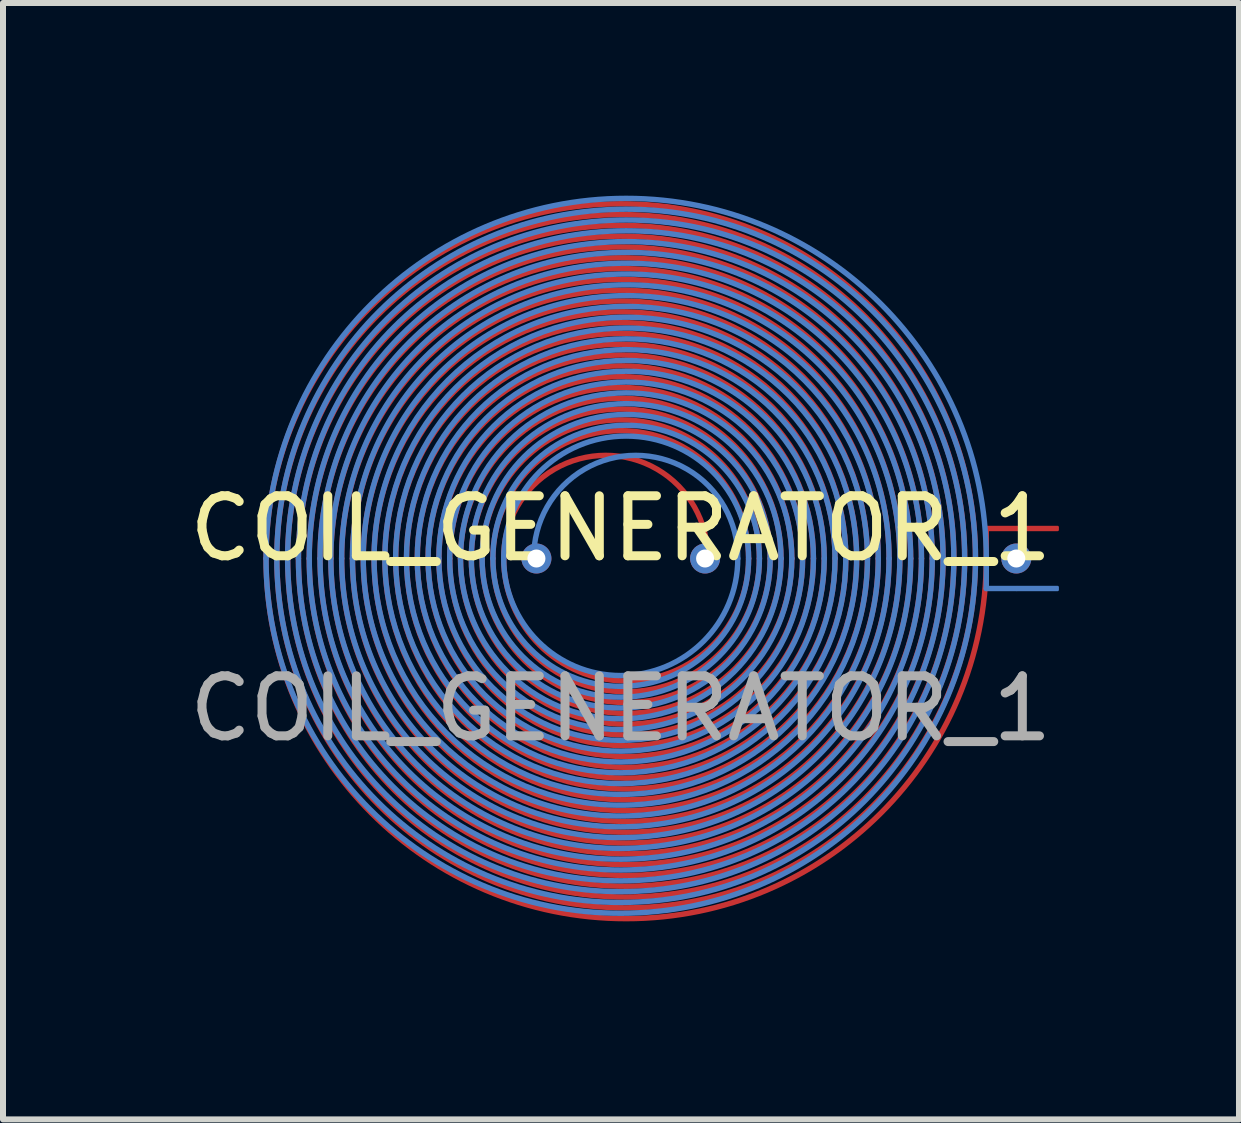
<source format=kicad_pcb>
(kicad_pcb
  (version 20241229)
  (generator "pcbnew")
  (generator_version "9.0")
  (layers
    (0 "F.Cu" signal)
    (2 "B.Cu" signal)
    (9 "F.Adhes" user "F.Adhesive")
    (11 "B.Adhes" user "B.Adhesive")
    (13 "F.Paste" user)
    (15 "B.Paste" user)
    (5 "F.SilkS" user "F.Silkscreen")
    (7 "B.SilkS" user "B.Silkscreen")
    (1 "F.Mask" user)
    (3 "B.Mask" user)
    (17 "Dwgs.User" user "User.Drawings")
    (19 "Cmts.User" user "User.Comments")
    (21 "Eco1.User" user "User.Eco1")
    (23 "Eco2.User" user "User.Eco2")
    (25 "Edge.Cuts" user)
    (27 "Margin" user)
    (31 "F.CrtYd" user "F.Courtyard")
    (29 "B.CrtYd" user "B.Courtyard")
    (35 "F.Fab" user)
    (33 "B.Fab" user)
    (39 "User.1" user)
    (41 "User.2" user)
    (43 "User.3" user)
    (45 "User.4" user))
  (footprint "COIL_GENERATOR_1"
    (layer "F.Cu")
    (at 7.292 6.255)
    (property "Reference" "COIL_GENERATOR_1" (at 0 -0.5 0) (unlocked yes) (layer "F.SilkS") (effects (font (size 1 1) (thickness 0.15))))
    (attr smd)
    (fp_line (start 6.09 -0.5) (end 6.59 -0.5) (stroke (width 0.09) (type solid)) (layer "F.Cu"))
    (fp_line (start 6.09 0) (end 6.09 -0.5) (stroke (width 0.09) (type solid)) (layer "F.Cu"))
    (fp_arc (start -5.91 0) (mid 0 -5.91) (end 5.91 0) (stroke (width 0.09) (type solid)) (layer "F.Cu"))
    (fp_arc (start -5.73 0) (mid 0 -5.73) (end 5.73 0) (stroke (width 0.09) (type solid)) (layer "F.Cu"))
    (fp_arc (start -5.55 0) (mid 0 -5.55) (end 5.55 0) (stroke (width 0.09) (type solid)) (layer "F.Cu"))
    (fp_arc (start -5.37 0) (mid 0 -5.37) (end 5.37 0) (stroke (width 0.09) (type solid)) (layer "F.Cu"))
    (fp_arc (start -5.19 0) (mid 0 -5.19) (end 5.19 0) (stroke (width 0.09) (type solid)) (layer "F.Cu"))
    (fp_arc (start -5.01 0) (mid 0 -5.01) (end 5.01 0) (stroke (width 0.09) (type solid)) (layer "F.Cu"))
    (fp_arc (start -4.83 0) (mid 0 -4.83) (end 4.83 0) (stroke (width 0.09) (type solid)) (layer "F.Cu"))
    (fp_arc (start -4.65 0) (mid 0 -4.65) (end 4.65 0) (stroke (width 0.09) (type solid)) (layer "F.Cu"))
    (fp_arc (start -4.47 0) (mid 0 -4.47) (end 4.47 0) (stroke (width 0.09) (type solid)) (layer "F.Cu"))
    (fp_arc (start -4.29 0) (mid 0 -4.29) (end 4.29 0) (stroke (width 0.09) (type solid)) (layer "F.Cu"))
    (fp_arc (start -4.11 0) (mid 0 -4.11) (end 4.11 0) (stroke (width 0.09) (type solid)) (layer "F.Cu"))
    (fp_arc (start -3.93 0) (mid 0 -3.93) (end 3.93 0) (stroke (width 0.09) (type solid)) (layer "F.Cu"))
    (fp_arc (start -3.75 0) (mid 0 -3.75) (end 3.75 0) (stroke (width 0.09) (type solid)) (layer "F.Cu"))
    (fp_arc (start -3.57 0) (mid 0 -3.57) (end 3.57 0) (stroke (width 0.09) (type solid)) (layer "F.Cu"))
    (fp_arc (start -3.39 0) (mid 0 -3.39) (end 3.39 0) (stroke (width 0.09) (type solid)) (layer "F.Cu"))
    (fp_arc (start -3.21 0) (mid 0 -3.21) (end 3.21 0) (stroke (width 0.09) (type solid)) (layer "F.Cu"))
    (fp_arc (start -3.03 0) (mid 0 -3.03) (end 3.03 0) (stroke (width 0.09) (type solid)) (layer "F.Cu"))
    (fp_arc (start -2.85 0) (mid 0 -2.85) (end 2.85 0) (stroke (width 0.09) (type solid)) (layer "F.Cu"))
    (fp_arc (start -2.67 0) (mid 0 -2.67) (end 2.67 0) (stroke (width 0.09) (type solid)) (layer "F.Cu"))
    (fp_arc (start -2.49 0) (mid 0 -2.49) (end 2.49 0) (stroke (width 0.09) (type solid)) (layer "F.Cu"))
    (fp_arc (start -2.31 0) (mid 0 -2.31) (end 2.31 0) (stroke (width 0.09) (type solid)) (layer "F.Cu"))
    (fp_arc (start -2.13 0) (mid 0 -2.13) (end 2.13 0) (stroke (width 0.09) (type solid)) (layer "F.Cu"))
    (fp_arc (start -1.95 0) (mid -0.5 -1.7) (end 1.45 0) (stroke (width 0.09) (type solid)) (layer "F.Cu"))
    (fp_arc (start 2.13 0) (mid -0.09 2.04) (end -1.95 0) (stroke (width 0.09) (type solid)) (layer "F.Cu"))
    (fp_arc (start 2.31 0) (mid 0.09 2.22) (end -2.13 0) (stroke (width 0.09) (type solid)) (layer "F.Cu"))
    (fp_arc (start 2.49 0) (mid 0.09 2.4) (end -2.31 0) (stroke (width 0.09) (type solid)) (layer "F.Cu"))
    (fp_arc (start 2.67 0) (mid 0.09 2.58) (end -2.49 0) (stroke (width 0.09) (type solid)) (layer "F.Cu"))
    (fp_arc (start 2.85 0) (mid 0.09 2.76) (end -2.67 0) (stroke (width 0.09) (type solid)) (layer "F.Cu"))
    (fp_arc (start 3.03 0) (mid 0.09 2.94) (end -2.85 0) (stroke (width 0.09) (type solid)) (layer "F.Cu"))
    (fp_arc (start 3.21 0) (mid 0.09 3.12) (end -3.03 0) (stroke (width 0.09) (type solid)) (layer "F.Cu"))
    (fp_arc (start 3.39 0) (mid 0.09 3.3) (end -3.21 0) (stroke (width 0.09) (type solid)) (layer "F.Cu"))
    (fp_arc (start 3.57 0) (mid 0.09 3.48) (end -3.39 0) (stroke (width 0.09) (type solid)) (layer "F.Cu"))
    (fp_arc (start 3.75 0) (mid 0.09 3.66) (end -3.57 0) (stroke (width 0.09) (type solid)) (layer "F.Cu"))
    (fp_arc (start 3.93 0) (mid 0.09 3.84) (end -3.75 0) (stroke (width 0.09) (type solid)) (layer "F.Cu"))
    (fp_arc (start 4.11 0) (mid 0.09 4.02) (end -3.93 0) (stroke (width 0.09) (type solid)) (layer "F.Cu"))
    (fp_arc (start 4.29 0) (mid 0.09 4.2) (end -4.11 0) (stroke (width 0.09) (type solid)) (layer "F.Cu"))
    (fp_arc (start 4.47 0) (mid 0.09 4.38) (end -4.29 0) (stroke (width 0.09) (type solid)) (layer "F.Cu"))
    (fp_arc (start 4.65 0) (mid 0.09 4.56) (end -4.47 0) (stroke (width 0.09) (type solid)) (layer "F.Cu"))
    (fp_arc (start 4.83 0) (mid 0.09 4.74) (end -4.65 0) (stroke (width 0.09) (type solid)) (layer "F.Cu"))
    (fp_arc (start 5.01 0) (mid 0.09 4.92) (end -4.83 0) (stroke (width 0.09) (type solid)) (layer "F.Cu"))
    (fp_arc (start 5.19 0) (mid 0.09 5.1) (end -5.01 0) (stroke (width 0.09) (type solid)) (layer "F.Cu"))
    (fp_arc (start 5.37 0) (mid 0.09 5.28) (end -5.19 0) (stroke (width 0.09) (type solid)) (layer "F.Cu"))
    (fp_arc (start 5.55 0) (mid 0.09 5.46) (end -5.37 0) (stroke (width 0.09) (type solid)) (layer "F.Cu"))
    (fp_arc (start 5.73 0) (mid 0.09 5.64) (end -5.55 0) (stroke (width 0.09) (type solid)) (layer "F.Cu"))
    (fp_arc (start 5.91 0) (mid 0.09 5.82) (end -5.73 0) (stroke (width 0.09) (type solid)) (layer "F.Cu"))
    (fp_arc (start 6.09 0) (mid 0.09 6) (end -5.91 0) (stroke (width 0.09) (type solid)) (layer "F.Cu"))
    (fp_line (start 6.09 0) (end 6.09 0.5) (stroke (width 0.09) (type solid)) (layer "B.Cu"))
    (fp_line (start 6.09 0.5) (end 6.59 0.5) (stroke (width 0.09) (type solid)) (layer "B.Cu"))
    (fp_arc (start -5.91 0) (mid 0.09 -6) (end 6.09 0) (stroke (width 0.09) (type solid)) (layer "B.Cu"))
    (fp_arc (start -5.73 0) (mid 0.09 -5.82) (end 5.91 0) (stroke (width 0.09) (type solid)) (layer "B.Cu"))
    (fp_arc (start -5.55 0) (mid 0.09 -5.64) (end 5.73 0) (stroke (width 0.09) (type solid)) (layer "B.Cu"))
    (fp_arc (start -5.37 0) (mid 0.09 -5.46) (end 5.55 0) (stroke (width 0.09) (type solid)) (layer "B.Cu"))
    (fp_arc (start -5.19 0) (mid 0.09 -5.28) (end 5.37 0) (stroke (width 0.09) (type solid)) (layer "B.Cu"))
    (fp_arc (start -5.01 0) (mid 0.09 -5.1) (end 5.19 0) (stroke (width 0.09) (type solid)) (layer "B.Cu"))
    (fp_arc (start -4.83 0) (mid 0.09 -4.92) (end 5.01 0) (stroke (width 0.09) (type solid)) (layer "B.Cu"))
    (fp_arc (start -4.65 0) (mid 0.09 -4.74) (end 4.83 0) (stroke (width 0.09) (type solid)) (layer "B.Cu"))
    (fp_arc (start -4.47 0) (mid 0.09 -4.56) (end 4.65 0) (stroke (width 0.09) (type solid)) (layer "B.Cu"))
    (fp_arc (start -4.29 0) (mid 0.09 -4.38) (end 4.47 0) (stroke (width 0.09) (type solid)) (layer "B.Cu"))
    (fp_arc (start -4.11 0) (mid 0.09 -4.2) (end 4.29 0) (stroke (width 0.09) (type solid)) (layer "B.Cu"))
    (fp_arc (start -3.93 0) (mid 0.09 -4.02) (end 4.11 0) (stroke (width 0.09) (type solid)) (layer "B.Cu"))
    (fp_arc (start -3.75 0) (mid 0.09 -3.84) (end 3.93 0) (stroke (width 0.09) (type solid)) (layer "B.Cu"))
    (fp_arc (start -3.57 0) (mid 0.09 -3.66) (end 3.75 0) (stroke (width 0.09) (type solid)) (layer "B.Cu"))
    (fp_arc (start -3.39 0) (mid 0.09 -3.48) (end 3.57 0) (stroke (width 0.09) (type solid)) (layer "B.Cu"))
    (fp_arc (start -3.21 0) (mid 0.09 -3.3) (end 3.39 0) (stroke (width 0.09) (type solid)) (layer "B.Cu"))
    (fp_arc (start -3.03 0) (mid 0.09 -3.12) (end 3.21 0) (stroke (width 0.09) (type solid)) (layer "B.Cu"))
    (fp_arc (start -2.85 0) (mid 0.09 -2.94) (end 3.03 0) (stroke (width 0.09) (type solid)) (layer "B.Cu"))
    (fp_arc (start -2.67 0) (mid 0.09 -2.76) (end 2.85 0) (stroke (width 0.09) (type solid)) (layer "B.Cu"))
    (fp_arc (start -2.49 0) (mid 0.09 -2.58) (end 2.67 0) (stroke (width 0.09) (type solid)) (layer "B.Cu"))
    (fp_arc (start -2.31 0) (mid 0.09 -2.4) (end 2.49 0) (stroke (width 0.09) (type solid)) (layer "B.Cu"))
    (fp_arc (start -2.13 0) (mid 0.09 -2.22) (end 2.31 0) (stroke (width 0.09) (type solid)) (layer "B.Cu"))
    (fp_arc (start -1.95 0) (mid 0.09 -2.04) (end 2.13 0) (stroke (width 0.09) (type solid)) (layer "B.Cu"))
    (fp_arc (start -1.45 0) (mid 0.5 -1.7) (end 1.95 0) (stroke (width 0.09) (type solid)) (layer "B.Cu"))
    (fp_arc (start 1.95 0) (mid 0 1.95) (end -1.95 0) (stroke (width 0.09) (type solid)) (layer "B.Cu"))
    (fp_arc (start 2.13 0) (mid 0 2.13) (end -2.13 0) (stroke (width 0.09) (type solid)) (layer "B.Cu"))
    (fp_arc (start 2.31 0) (mid 0 2.31) (end -2.31 0) (stroke (width 0.09) (type solid)) (layer "B.Cu"))
    (fp_arc (start 2.49 0) (mid 0 2.49) (end -2.49 0) (stroke (width 0.09) (type solid)) (layer "B.Cu"))
    (fp_arc (start 2.67 0) (mid 0 2.67) (end -2.67 0) (stroke (width 0.09) (type solid)) (layer "B.Cu"))
    (fp_arc (start 2.85 0) (mid 0 2.85) (end -2.85 0) (stroke (width 0.09) (type solid)) (layer "B.Cu"))
    (fp_arc (start 3.03 0) (mid 0 3.03) (end -3.03 0) (stroke (width 0.09) (type solid)) (layer "B.Cu"))
    (fp_arc (start 3.21 0) (mid 0 3.21) (end -3.21 0) (stroke (width 0.09) (type solid)) (layer "B.Cu"))
    (fp_arc (start 3.39 0) (mid 0 3.39) (end -3.39 0) (stroke (width 0.09) (type solid)) (layer "B.Cu"))
    (fp_arc (start 3.57 0) (mid 0 3.57) (end -3.57 0) (stroke (width 0.09) (type solid)) (layer "B.Cu"))
    (fp_arc (start 3.75 0) (mid 0 3.75) (end -3.75 0) (stroke (width 0.09) (type solid)) (layer "B.Cu"))
    (fp_arc (start 3.93 0) (mid 0 3.93) (end -3.93 0) (stroke (width 0.09) (type solid)) (layer "B.Cu"))
    (fp_arc (start 4.11 0) (mid 0 4.11) (end -4.11 0) (stroke (width 0.09) (type solid)) (layer "B.Cu"))
    (fp_arc (start 4.29 0) (mid 0 4.29) (end -4.29 0) (stroke (width 0.09) (type solid)) (layer "B.Cu"))
    (fp_arc (start 4.47 0) (mid 0 4.47) (end -4.47 0) (stroke (width 0.09) (type solid)) (layer "B.Cu"))
    (fp_arc (start 4.65 0) (mid 0 4.65) (end -4.65 0) (stroke (width 0.09) (type solid)) (layer "B.Cu"))
    (fp_arc (start 4.83 0) (mid 0 4.83) (end -4.83 0) (stroke (width 0.09) (type solid)) (layer "B.Cu"))
    (fp_arc (start 5.01 0) (mid 0 5.01) (end -5.01 0) (stroke (width 0.09) (type solid)) (layer "B.Cu"))
    (fp_arc (start 5.19 0) (mid 0 5.19) (end -5.19 0) (stroke (width 0.09) (type solid)) (layer "B.Cu"))
    (fp_arc (start 5.37 0) (mid 0 5.37) (end -5.37 0) (stroke (width 0.09) (type solid)) (layer "B.Cu"))
    (fp_arc (start 5.55 0) (mid 0 5.55) (end -5.55 0) (stroke (width 0.09) (type solid)) (layer "B.Cu"))
    (fp_arc (start 5.73 0) (mid 0 5.73) (end -5.73 0) (stroke (width 0.09) (type solid)) (layer "B.Cu"))
    (fp_arc (start 5.91 0) (mid 0 5.91) (end -5.91 0) (stroke (width 0.09) (type solid)) (layer "B.Cu"))
    (fp_arc (start -5.91 0) (mid 0.59 -6.205) (end 6.59 0) (stroke (width 0.09) (type solid)) (layer "In1.Cu"))
    (fp_arc (start -5.73 0) (mid 0.09 -5.82) (end 5.91 0) (stroke (width 0.09) (type solid)) (layer "In1.Cu"))
    (fp_arc (start -5.55 0) (mid 0.09 -5.64) (end 5.73 0) (stroke (width 0.09) (type solid)) (layer "In1.Cu"))
    (fp_arc (start -5.37 0) (mid 0.09 -5.46) (end 5.55 0) (stroke (width 0.09) (type solid)) (layer "In1.Cu"))
    (fp_arc (start -5.19 0) (mid 0.09 -5.28) (end 5.37 0) (stroke (width 0.09) (type solid)) (layer "In1.Cu"))
    (fp_arc (start -5.01 0) (mid 0.09 -5.1) (end 5.19 0) (stroke (width 0.09) (type solid)) (layer "In1.Cu"))
    (fp_arc (start -4.83 0) (mid 0.09 -4.92) (end 5.01 0) (stroke (width 0.09) (type solid)) (layer "In1.Cu"))
    (fp_arc (start -4.65 0) (mid 0.09 -4.74) (end 4.83 0) (stroke (width 0.09) (type solid)) (layer "In1.Cu"))
    (fp_arc (start -4.47 0) (mid 0.09 -4.56) (end 4.65 0) (stroke (width 0.09) (type solid)) (layer "In1.Cu"))
    (fp_arc (start -4.29 0) (mid 0.09 -4.38) (end 4.47 0) (stroke (width 0.09) (type solid)) (layer "In1.Cu"))
    (fp_arc (start -4.11 0) (mid 0.09 -4.2) (end 4.29 0) (stroke (width 0.09) (type solid)) (layer "In1.Cu"))
    (fp_arc (start -3.93 0) (mid 0.09 -4.02) (end 4.11 0) (stroke (width 0.09) (type solid)) (layer "In1.Cu"))
    (fp_arc (start -3.75 0) (mid 0.09 -3.84) (end 3.93 0) (stroke (width 0.09) (type solid)) (layer "In1.Cu"))
    (fp_arc (start -3.57 0) (mid 0.09 -3.66) (end 3.75 0) (stroke (width 0.09) (type solid)) (layer "In1.Cu"))
    (fp_arc (start -3.39 0) (mid 0.09 -3.48) (end 3.57 0) (stroke (width 0.09) (type solid)) (layer "In1.Cu"))
    (fp_arc (start -3.21 0) (mid 0.09 -3.3) (end 3.39 0) (stroke (width 0.09) (type solid)) (layer "In1.Cu"))
    (fp_arc (start -3.03 0) (mid 0.09 -3.12) (end 3.21 0) (stroke (width 0.09) (type solid)) (layer "In1.Cu"))
    (fp_arc (start -2.85 0) (mid 0.09 -2.94) (end 3.03 0) (stroke (width 0.09) (type solid)) (layer "In1.Cu"))
    (fp_arc (start -2.67 0) (mid 0.09 -2.76) (end 2.85 0) (stroke (width 0.09) (type solid)) (layer "In1.Cu"))
    (fp_arc (start -2.49 0) (mid 0.09 -2.58) (end 2.67 0) (stroke (width 0.09) (type solid)) (layer "In1.Cu"))
    (fp_arc (start -2.31 0) (mid 0.09 -2.4) (end 2.49 0) (stroke (width 0.09) (type solid)) (layer "In1.Cu"))
    (fp_arc (start -2.13 0) (mid 0.09 -2.22) (end 2.31 0) (stroke (width 0.09) (type solid)) (layer "In1.Cu"))
    (fp_arc (start -1.95 0) (mid -0.09 -2.04) (end 2.13 0) (stroke (width 0.09) (type solid)) (layer "In1.Cu"))
    (fp_arc (start 1.45 0) (mid -0.5 1.7) (end -1.95 0) (stroke (width 0.09) (type solid)) (layer "In1.Cu"))
    (fp_arc (start 2.13 0) (mid 0 2.13) (end -2.13 0) (stroke (width 0.09) (type solid)) (layer "In1.Cu"))
    (fp_arc (start 2.31 0) (mid 0 2.31) (end -2.31 0) (stroke (width 0.09) (type solid)) (layer "In1.Cu"))
    (fp_arc (start 2.49 0) (mid 0 2.49) (end -2.49 0) (stroke (width 0.09) (type solid)) (layer "In1.Cu"))
    (fp_arc (start 2.67 0) (mid 0 2.67) (end -2.67 0) (stroke (width 0.09) (type solid)) (layer "In1.Cu"))
    (fp_arc (start 2.85 0) (mid 0 2.85) (end -2.85 0) (stroke (width 0.09) (type solid)) (layer "In1.Cu"))
    (fp_arc (start 3.03 0) (mid 0 3.03) (end -3.03 0) (stroke (width 0.09) (type solid)) (layer "In1.Cu"))
    (fp_arc (start 3.21 0) (mid 0 3.21) (end -3.21 0) (stroke (width 0.09) (type solid)) (layer "In1.Cu"))
    (fp_arc (start 3.39 0) (mid 0 3.39) (end -3.39 0) (stroke (width 0.09) (type solid)) (layer "In1.Cu"))
    (fp_arc (start 3.57 0) (mid 0 3.57) (end -3.57 0) (stroke (width 0.09) (type solid)) (layer "In1.Cu"))
    (fp_arc (start 3.75 0) (mid 0 3.75) (end -3.75 0) (stroke (width 0.09) (type solid)) (layer "In1.Cu"))
    (fp_arc (start 3.93 0) (mid 0 3.93) (end -3.93 0) (stroke (width 0.09) (type solid)) (layer "In1.Cu"))
    (fp_arc (start 4.11 0) (mid 0 4.11) (end -4.11 0) (stroke (width 0.09) (type solid)) (layer "In1.Cu"))
    (fp_arc (start 4.29 0) (mid 0 4.29) (end -4.29 0) (stroke (width 0.09) (type solid)) (layer "In1.Cu"))
    (fp_arc (start 4.47 0) (mid 0 4.47) (end -4.47 0) (stroke (width 0.09) (type solid)) (layer "In1.Cu"))
    (fp_arc (start 4.65 0) (mid 0 4.65) (end -4.65 0) (stroke (width 0.09) (type solid)) (layer "In1.Cu"))
    (fp_arc (start 4.83 0) (mid 0 4.83) (end -4.83 0) (stroke (width 0.09) (type solid)) (layer "In1.Cu"))
    (fp_arc (start 5.01 0) (mid 0 5.01) (end -5.01 0) (stroke (width 0.09) (type solid)) (layer "In1.Cu"))
    (fp_arc (start 5.19 0) (mid 0 5.19) (end -5.19 0) (stroke (width 0.09) (type solid)) (layer "In1.Cu"))
    (fp_arc (start 5.37 0) (mid 0 5.37) (end -5.37 0) (stroke (width 0.09) (type solid)) (layer "In1.Cu"))
    (fp_arc (start 5.55 0) (mid 0 5.55) (end -5.55 0) (stroke (width 0.09) (type solid)) (layer "In1.Cu"))
    (fp_arc (start 5.73 0) (mid 0 5.73) (end -5.73 0) (stroke (width 0.09) (type solid)) (layer "In1.Cu"))
    (fp_arc (start 5.91 0) (mid 0.59 5.91) (end -5.91 0) (stroke (width 0.09) (type solid)) (layer "In1.Cu"))
    (fp_arc (start -5.91 0) (mid 0.59 -5.91) (end 5.91 0) (stroke (width 0.09) (type solid)) (layer "In2.Cu"))
    (fp_arc (start -5.73 0) (mid 0 -5.73) (end 5.73 0) (stroke (width 0.09) (type solid)) (layer "In2.Cu"))
    (fp_arc (start -5.55 0) (mid 0 -5.55) (end 5.55 0) (stroke (width 0.09) (type solid)) (layer "In2.Cu"))
    (fp_arc (start -5.37 0) (mid 0 -5.37) (end 5.37 0) (stroke (width 0.09) (type solid)) (layer "In2.Cu"))
    (fp_arc (start -5.19 0) (mid 0 -5.19) (end 5.19 0) (stroke (width 0.09) (type solid)) (layer "In2.Cu"))
    (fp_arc (start -5.01 0) (mid 0 -5.01) (end 5.01 0) (stroke (width 0.09) (type solid)) (layer "In2.Cu"))
    (fp_arc (start -4.83 0) (mid 0 -4.83) (end 4.83 0) (stroke (width 0.09) (type solid)) (layer "In2.Cu"))
    (fp_arc (start -4.65 0) (mid 0 -4.65) (end 4.65 0) (stroke (width 0.09) (type solid)) (layer "In2.Cu"))
    (fp_arc (start -4.47 0) (mid 0 -4.47) (end 4.47 0) (stroke (width 0.09) (type solid)) (layer "In2.Cu"))
    (fp_arc (start -4.29 0) (mid 0 -4.29) (end 4.29 0) (stroke (width 0.09) (type solid)) (layer "In2.Cu"))
    (fp_arc (start -4.11 0) (mid 0 -4.11) (end 4.11 0) (stroke (width 0.09) (type solid)) (layer "In2.Cu"))
    (fp_arc (start -3.93 0) (mid 0 -3.93) (end 3.93 0) (stroke (width 0.09) (type solid)) (layer "In2.Cu"))
    (fp_arc (start -3.75 0) (mid 0 -3.75) (end 3.75 0) (stroke (width 0.09) (type solid)) (layer "In2.Cu"))
    (fp_arc (start -3.57 0) (mid 0 -3.57) (end 3.57 0) (stroke (width 0.09) (type solid)) (layer "In2.Cu"))
    (fp_arc (start -3.39 0) (mid 0 -3.39) (end 3.39 0) (stroke (width 0.09) (type solid)) (layer "In2.Cu"))
    (fp_arc (start -3.21 0) (mid 0 -3.21) (end 3.21 0) (stroke (width 0.09) (type solid)) (layer "In2.Cu"))
    (fp_arc (start -3.03 0) (mid 0 -3.03) (end 3.03 0) (stroke (width 0.09) (type solid)) (layer "In2.Cu"))
    (fp_arc (start -2.85 0) (mid 0 -2.85) (end 2.85 0) (stroke (width 0.09) (type solid)) (layer "In2.Cu"))
    (fp_arc (start -2.67 0) (mid 0 -2.67) (end 2.67 0) (stroke (width 0.09) (type solid)) (layer "In2.Cu"))
    (fp_arc (start -2.49 0) (mid 0 -2.49) (end 2.49 0) (stroke (width 0.09) (type solid)) (layer "In2.Cu"))
    (fp_arc (start -2.31 0) (mid 0 -2.31) (end 2.31 0) (stroke (width 0.09) (type solid)) (layer "In2.Cu"))
    (fp_arc (start -2.13 0) (mid 0 -2.13) (end 2.13 0) (stroke (width 0.09) (type solid)) (layer "In2.Cu"))
    (fp_arc (start -1.95 0) (mid 0 -1.95) (end 1.95 0) (stroke (width 0.09) (type solid)) (layer "In2.Cu"))
    (fp_arc (start 1.95 0) (mid 0.5 1.7) (end -1.45 0) (stroke (width 0.09) (type solid)) (layer "In2.Cu"))
    (fp_arc (start 2.13 0) (mid 0.09 2.04) (end -1.95 0) (stroke (width 0.09) (type solid)) (layer "In2.Cu"))
    (fp_arc (start 2.31 0) (mid 0.09 2.22) (end -2.13 0) (stroke (width 0.09) (type solid)) (layer "In2.Cu"))
    (fp_arc (start 2.49 0) (mid 0.09 2.4) (end -2.31 0) (stroke (width 0.09) (type solid)) (layer "In2.Cu"))
    (fp_arc (start 2.67 0) (mid 0.09 2.58) (end -2.49 0) (stroke (width 0.09) (type solid)) (layer "In2.Cu"))
    (fp_arc (start 2.85 0) (mid 0.09 2.76) (end -2.67 0) (stroke (width 0.09) (type solid)) (layer "In2.Cu"))
    (fp_arc (start 3.03 0) (mid 0.09 2.94) (end -2.85 0) (stroke (width 0.09) (type solid)) (layer "In2.Cu"))
    (fp_arc (start 3.21 0) (mid 0.09 3.12) (end -3.03 0) (stroke (width 0.09) (type solid)) (layer "In2.Cu"))
    (fp_arc (start 3.39 0) (mid 0.09 3.3) (end -3.21 0) (stroke (width 0.09) (type solid)) (layer "In2.Cu"))
    (fp_arc (start 3.57 0) (mid 0.09 3.48) (end -3.39 0) (stroke (width 0.09) (type solid)) (layer "In2.Cu"))
    (fp_arc (start 3.75 0) (mid 0.09 3.66) (end -3.57 0) (stroke (width 0.09) (type solid)) (layer "In2.Cu"))
    (fp_arc (start 3.93 0) (mid 0.09 3.84) (end -3.75 0) (stroke (width 0.09) (type solid)) (layer "In2.Cu"))
    (fp_arc (start 4.11 0) (mid 0.09 4.02) (end -3.93 0) (stroke (width 0.09) (type solid)) (layer "In2.Cu"))
    (fp_arc (start 4.29 0) (mid 0.09 4.2) (end -4.11 0) (stroke (width 0.09) (type solid)) (layer "In2.Cu"))
    (fp_arc (start 4.47 0) (mid 0.09 4.38) (end -4.29 0) (stroke (width 0.09) (type solid)) (layer "In2.Cu"))
    (fp_arc (start 4.65 0) (mid 0.09 4.56) (end -4.47 0) (stroke (width 0.09) (type solid)) (layer "In2.Cu"))
    (fp_arc (start 4.83 0) (mid 0.09 4.74) (end -4.65 0) (stroke (width 0.09) (type solid)) (layer "In2.Cu"))
    (fp_arc (start 5.01 0) (mid 0.09 4.92) (end -4.83 0) (stroke (width 0.09) (type solid)) (layer "In2.Cu"))
    (fp_arc (start 5.19 0) (mid 0.09 5.1) (end -5.01 0) (stroke (width 0.09) (type solid)) (layer "In2.Cu"))
    (fp_arc (start 5.37 0) (mid 0.09 5.28) (end -5.19 0) (stroke (width 0.09) (type solid)) (layer "In2.Cu"))
    (fp_arc (start 5.55 0) (mid 0.09 5.46) (end -5.37 0) (stroke (width 0.09) (type solid)) (layer "In2.Cu"))
    (fp_arc (start 5.73 0) (mid 0.09 5.64) (end -5.55 0) (stroke (width 0.09) (type solid)) (layer "In2.Cu"))
    (fp_arc (start 5.91 0) (mid 0.09 5.82) (end -5.73 0) (stroke (width 0.09) (type solid)) (layer "In2.Cu"))
    (fp_arc (start 6.59 0) (mid 0.59 6.295) (end -5.91 0) (stroke (width 0.09) (type solid)) (layer "In2.Cu"))
    (fp_text user "${REFERENCE}" (at 0 2.5 0) (unlocked yes) (layer "F.Fab") (effects (font (size 1 1) (thickness 0.15))))
    (pad "" thru_hole circle (at -1.405 0) (size 0.5 0.5) (drill 0.3) (layers "*.Cu" "*.Mask"))
    (pad "" thru_hole circle (at 1.405 0) (size 0.5 0.5) (drill 0.3) (layers "*.Cu" "*.Mask"))
    (pad "" thru_hole circle (at 6.59 0) (size 0.5 0.5) (drill 0.3) (layers "*.Cu" "*.Mask"))
    (pad "1" smd roundrect (at 6.94 -0.5) (size 0.72 0.09) (layers "F.Cu") (roundrect_rratio 0.25))
    (pad "2" smd roundrect (at 6.94 0.5) (size 0.72 0.09) (layers "B.Cu") (roundrect_rratio 0.25)))
  (gr_rect
    (start -3 -3)
    (end 17.592 15.6)
    (stroke (width 0.1) (type default))
    (fill no)
    (layer "Edge.Cuts")))
</source>
